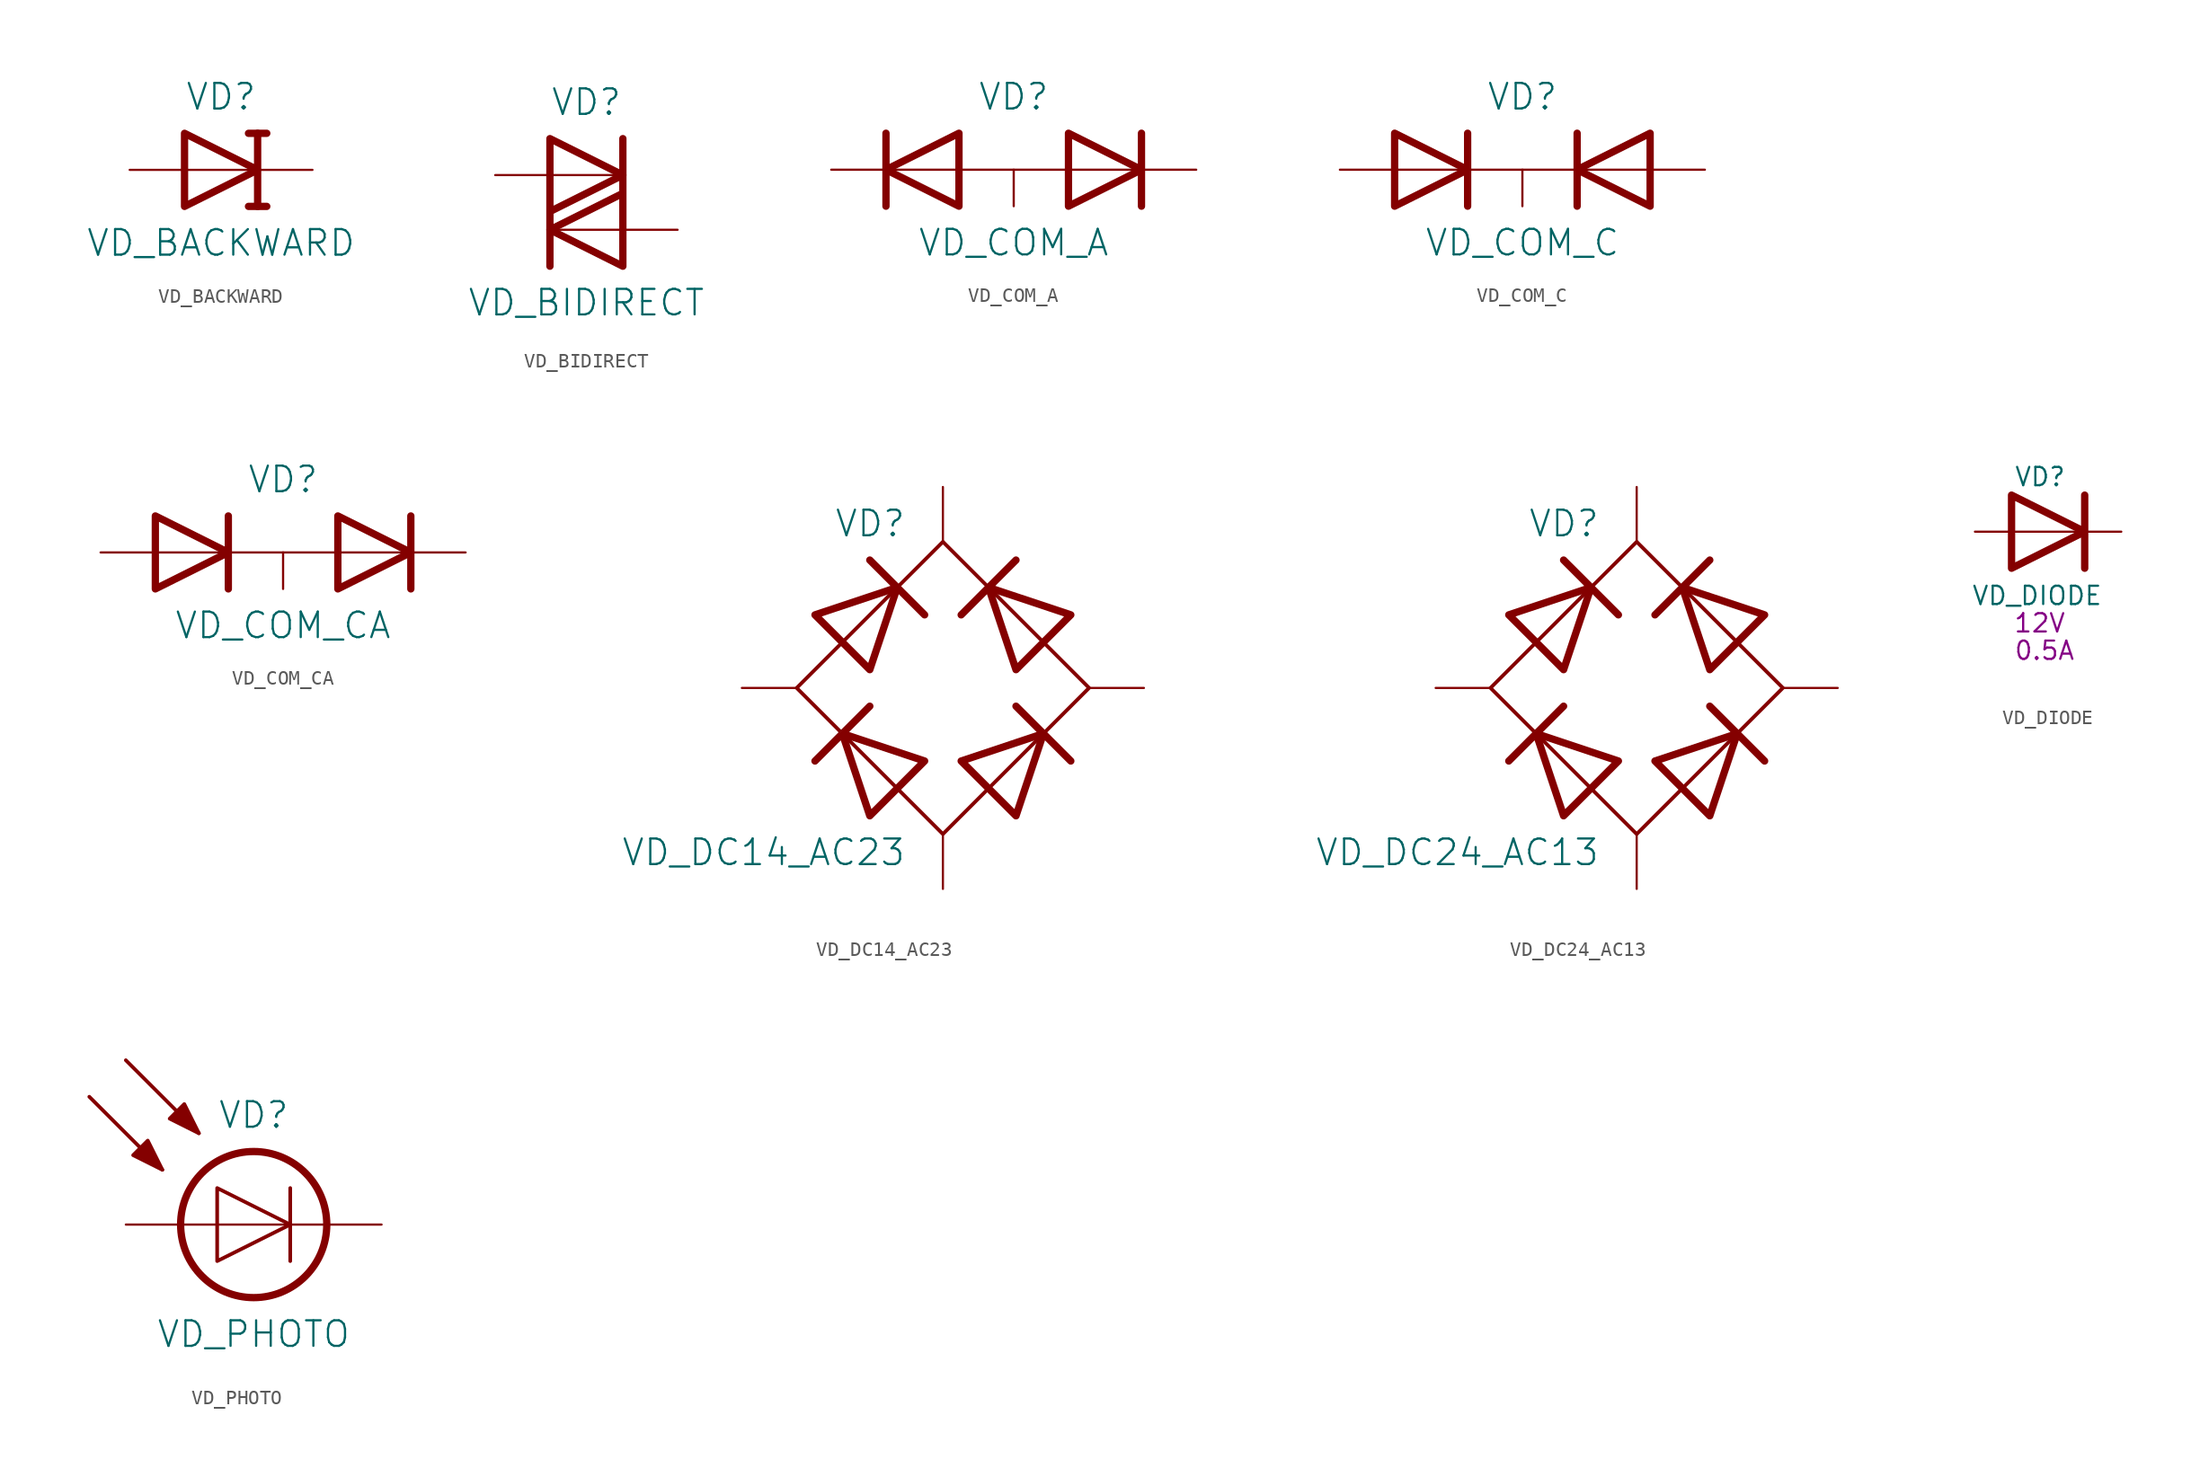
<source format=kicad_sym>
(kicad_symbol_lib
  (version 20211014)
  (generator kicad_symbol_editor)
  (symbol "VD_BACKWARD"
    (pin_names
      (offset 0))
    (property "Reference" "VD"
      (at 0 5.08 0)
      (effects (font (size 1.778 1.778))))
    (property "Value" "VD_BACKWARD"
      (at 0 -5.08 0)
      (effects (font (size 1.778 1.778))))
    (symbol "VD_BACKWARD_0_1"
      (polyline (pts (xy 1.905 -2.54) (xy 3.175 -2.54)) (stroke (width 0.508) (type default) (color 0 0 0 0)) (fill (type none)))
      (polyline (pts (xy 1.905 2.54) (xy 3.175 2.54)) (stroke (width 0.508) (type default) (color 0 0 0 0)) (fill (type none)))
      (polyline (pts (xy 6.35 0) (xy -6.35 0)) (stroke (width 0) (type default) (color 0 0 0 0)) (fill (type none)))
      (polyline (pts (xy 2.54 2.54) (xy 2.54 0) (xy -2.54 2.54) (xy -2.54 -2.54) (xy 2.54 0) (xy 2.54 -2.54)) (stroke (width 0.508) (type default) (color 0 0 0 0)) (fill (type none))))
    (symbol "VD_BACKWARD_1_1"
      (pin passive line (at -6.35 0 0) (length 2.54) hide (name "A" (effects (font (size 1.27 1.27)))) (number "1" (effects (font (size 1.27 1.27)))))
      (pin passive line (at 6.35 0 180) (length 2.54) hide (name "C" (effects (font (size 1.27 1.27)))) (number "2" (effects (font (size 1.27 1.27)))))))
  (symbol "VD_BIDIRECT"
    (pin_names
      (offset 0))
    (property "Reference" "VD"
      (at 0 7.62 0)
      (effects (font (size 1.778 1.778))))
    (property "Value" "VD_BIDIRECT"
      (at 0 -6.35 0)
      (effects (font (size 1.778 1.778))))
    (symbol "VD_BIDIRECT_0_0"
      (polyline (pts (xy 2.54 2.54) (xy -6.35 2.54)) (stroke (width 0) (type default) (color 0 0 0 0)) (fill (type none)))
      (polyline (pts (xy 6.35 -1.27) (xy -2.54 -1.27)) (stroke (width 0) (type default) (color 0 0 0 0)) (fill (type none))))
    (symbol "VD_BIDIRECT_0_1"
      (polyline (pts (xy -2.54 -3.81) (xy -2.54 5.08) (xy 2.54 2.54) (xy -2.54 0)) (stroke (width 0.508) (type default) (color 0 0 0 0)) (fill (type none)))
      (polyline (pts (xy 2.54 5.08) (xy 2.54 -3.81) (xy -2.54 -1.27) (xy 2.54 1.27)) (stroke (width 0.508) (type default) (color 0 0 0 0)) (fill (type none))))
    (symbol "VD_BIDIRECT_1_1"
      (pin passive line (at -6.35 2.54 0) (length 2.54) hide (name "~" (effects (font (size 1.27 1.27)))) (number "1" (effects (font (size 1.27 1.27)))))
      (pin passive line (at 6.35 -1.27 180) (length 2.54) hide (name "~" (effects (font (size 1.27 1.27)))) (number "2" (effects (font (size 1.27 1.27)))))))
  (symbol "VD_COM_A"
    (pin_names
      (offset 0))
    (property "Reference" "VD"
      (at 0 5.08 0)
      (effects (font (size 1.778 1.778))))
    (property "Value" "VD_COM_A"
      (at 0 -5.08 0)
      (effects (font (size 1.778 1.778))))
    (symbol "VD_COM_A_0_1"
      (polyline (pts (xy -8.89 2.54) (xy -8.89 -2.54)) (stroke (width 0.508) (type default) (color 0 0 0 0)) (fill (type none)))
      (polyline (pts (xy 0 0) (xy 0 -2.54)) (stroke (width 0) (type default) (color 0 0 0 0)) (fill (type none)))
      (polyline (pts (xy 8.89 2.54) (xy 8.89 -2.54)) (stroke (width 0.508) (type default) (color 0 0 0 0)) (fill (type none)))
      (polyline (pts (xy 12.7 0) (xy -12.7 0)) (stroke (width 0) (type default) (color 0 0 0 0)) (fill (type none)))
      (polyline (pts (xy -3.81 2.54) (xy -8.89 0) (xy -3.81 -2.54) (xy -3.81 2.54)) (stroke (width 0.508) (type default) (color 0 0 0 0)) (fill (type none)))
      (polyline (pts (xy 3.81 2.54) (xy 8.89 0) (xy 3.81 -2.54) (xy 3.81 2.54)) (stroke (width 0.508) (type default) (color 0 0 0 0)) (fill (type none))))
    (symbol "VD_COM_A_1_1"
      (pin passive line (at -12.7 0 0) (length 2.54) hide (name "C" (effects (font (size 1.27 1.27)))) (number "1" (effects (font (size 1.27 1.27)))))
      (pin passive line (at 0 -2.54 90) (length 2.54) hide (name "A" (effects (font (size 1.27 1.27)))) (number "2" (effects (font (size 1.27 1.27)))))
      (pin passive line (at 12.7 0 180) (length 2.54) hide (name "C" (effects (font (size 1.27 1.27)))) (number "3" (effects (font (size 1.27 1.27)))))))
  (symbol "VD_COM_C"
    (pin_names
      (offset 0))
    (property "Reference" "VD"
      (at 0 5.08 0)
      (effects (font (size 1.778 1.778))))
    (property "Value" "VD_COM_C"
      (at 0 -5.08 0)
      (effects (font (size 1.778 1.778))))
    (symbol "VD_COM_C_0_1"
      (polyline (pts (xy -3.81 2.54) (xy -3.81 -2.54)) (stroke (width 0.508) (type default) (color 0 0 0 0)) (fill (type none)))
      (polyline (pts (xy 0 0) (xy 0 -2.54)) (stroke (width 0) (type default) (color 0 0 0 0)) (fill (type none)))
      (polyline (pts (xy 3.81 2.54) (xy 3.81 -2.54)) (stroke (width 0.508) (type default) (color 0 0 0 0)) (fill (type none)))
      (polyline (pts (xy 12.7 0) (xy -12.7 0)) (stroke (width 0) (type default) (color 0 0 0 0)) (fill (type none)))
      (polyline (pts (xy -8.89 2.54) (xy -8.89 -2.54) (xy -3.81 0) (xy -8.89 2.54)) (stroke (width 0.508) (type default) (color 0 0 0 0)) (fill (type none)))
      (polyline (pts (xy 8.89 2.54) (xy 8.89 -2.54) (xy 3.81 0) (xy 8.89 2.54)) (stroke (width 0.508) (type default) (color 0 0 0 0)) (fill (type none))))
    (symbol "VD_COM_C_1_1"
      (pin passive line (at -12.7 0 0) (length 2.54) hide (name "A" (effects (font (size 1.27 1.27)))) (number "1" (effects (font (size 1.27 1.27)))))
      (pin passive line (at 0 -2.54 90) (length 2.54) hide (name "C" (effects (font (size 1.27 1.27)))) (number "2" (effects (font (size 1.27 1.27)))))
      (pin passive line (at 12.7 0 180) (length 2.54) hide (name "A" (effects (font (size 1.27 1.27)))) (number "3" (effects (font (size 1.27 1.27)))))))
  (symbol "VD_COM_CA"
    (pin_names
      (offset 0))
    (property "Reference" "VD"
      (at 0 5.08 0)
      (effects (font (size 1.778 1.778))))
    (property "Value" "VD_COM_CA"
      (at 0 -5.08 0)
      (effects (font (size 1.778 1.778))))
    (symbol "VD_COM_CA_0_1"
      (polyline (pts (xy -3.81 2.54) (xy -3.81 -2.54)) (stroke (width 0.508) (type default) (color 0 0 0 0)) (fill (type none)))
      (polyline (pts (xy 0 0) (xy 0 -2.54)) (stroke (width 0) (type default) (color 0 0 0 0)) (fill (type none)))
      (polyline (pts (xy 8.89 2.54) (xy 8.89 -2.54)) (stroke (width 0.508) (type default) (color 0 0 0 0)) (fill (type none)))
      (polyline (pts (xy 12.7 0) (xy -12.7 0)) (stroke (width 0) (type default) (color 0 0 0 0)) (fill (type none)))
      (polyline (pts (xy -8.89 2.54) (xy -8.89 -2.54) (xy -3.81 0) (xy -8.89 2.54)) (stroke (width 0.508) (type default) (color 0 0 0 0)) (fill (type none)))
      (polyline (pts (xy 3.81 2.54) (xy 3.81 -2.54) (xy 8.89 0) (xy 3.81 2.54)) (stroke (width 0.508) (type default) (color 0 0 0 0)) (fill (type none))))
    (symbol "VD_COM_CA_1_1"
      (pin passive line (at -12.7 0 0) (length 2.54) hide (name "A" (effects (font (size 1.27 1.27)))) (number "1" (effects (font (size 1.27 1.27)))))
      (pin passive line (at 0 -2.54 90) (length 2.54) hide (name "C" (effects (font (size 1.27 1.27)))) (number "2" (effects (font (size 1.27 1.27)))))
      (pin passive line (at 12.7 0 180) (length 2.54) hide (name "A" (effects (font (size 1.27 1.27)))) (number "3" (effects (font (size 1.27 1.27)))))))
  (symbol "VD_DC14_AC23"
    (pin_names
      (offset 0))
    (property "Reference" "VD"
      (at -2.54 11.43 0)
      (effects (font (size 1.778 1.778)) (justify right)))
    (property "Value" "VD_DC14_AC23"
      (at -2.54 -11.43 0)
      (effects (font (size 1.778 1.778)) (justify right)))
    (symbol "VD_DC14_AC23_0_1"
      (polyline (pts (xy -13.97 0) (xy -10.16 0)) (stroke (width 0) (type default) (color 0 0 0 0)) (fill (type none)))
      (polyline (pts (xy 0 -10.16) (xy 0 -13.97)) (stroke (width 0) (type default) (color 0 0 0 0)) (fill (type none)))
      (polyline (pts (xy 0 13.97) (xy 0 10.16)) (stroke (width 0) (type default) (color 0 0 0 0)) (fill (type none)))
      (polyline (pts (xy 10.16 0) (xy 13.97 0)) (stroke (width 0) (type default) (color 0 0 0 0)) (fill (type none)))
      (polyline (pts (xy -10.16 0) (xy 0 10.16) (xy 10.16 0) (xy 0 -10.16) (xy -10.16 0)) (stroke (width 0.254) (type default) (color 0 0 0 0)) (fill (type none)))
      (polyline (pts (xy -5.08 -1.27) (xy -6.985 -3.175) (xy -1.27 -5.08) (xy -5.08 -8.89) (xy -6.985 -3.175) (xy -8.89 -5.08)) (stroke (width 0.508) (type default) (color 0 0 0 0)) (fill (type none)))
      (polyline (pts (xy -5.08 8.89) (xy -3.175 6.985) (xy -8.89 5.08) (xy -5.08 1.27) (xy -3.175 6.985) (xy -1.27 5.08)) (stroke (width 0.508) (type default) (color 0 0 0 0)) (fill (type none)))
      (polyline (pts (xy 5.08 -1.27) (xy 6.985 -3.175) (xy 1.27 -5.08) (xy 5.08 -8.89) (xy 6.985 -3.175) (xy 8.89 -5.08)) (stroke (width 0.508) (type default) (color 0 0 0 0)) (fill (type none)))
      (polyline (pts (xy 5.08 8.89) (xy 3.175 6.985) (xy 8.89 5.08) (xy 5.08 1.27) (xy 3.175 6.985) (xy 1.27 5.08)) (stroke (width 0.508) (type default) (color 0 0 0 0)) (fill (type none))))
    (symbol "VD_DC14_AC23_1_1"
      (pin passive line (at 0 13.97 270) (length 2.54) hide (name "+" (effects (font (size 1.27 1.27)))) (number "1" (effects (font (size 1.27 1.27)))))
      (pin passive line (at -13.97 0 0) (length 2.54) hide (name "AC" (effects (font (size 1.27 1.27)))) (number "2" (effects (font (size 1.27 1.27)))))
      (pin passive line (at 13.97 0 180) (length 2.54) hide (name "AC" (effects (font (size 1.27 1.27)))) (number "3" (effects (font (size 1.27 1.27)))))
      (pin passive line (at 0 -13.97 90) (length 2.54) hide (name "-" (effects (font (size 1.27 1.27)))) (number "4" (effects (font (size 1.27 1.27)))))))
  (symbol "VD_DC24_AC13"
    (pin_names
      (offset 0))
    (property "Reference" "VD"
      (at -2.54 11.43 0)
      (effects (font (size 1.778 1.778)) (justify right)))
    (property "Value" "VD_DC24_AC13"
      (at -2.54 -11.43 0)
      (effects (font (size 1.778 1.778)) (justify right)))
    (symbol "VD_DC24_AC13_0_1"
      (polyline (pts (xy -13.97 0) (xy -10.16 0)) (stroke (width 0) (type default) (color 0 0 0 0)) (fill (type none)))
      (polyline (pts (xy 0 -10.16) (xy 0 -13.97)) (stroke (width 0) (type default) (color 0 0 0 0)) (fill (type none)))
      (polyline (pts (xy 0 13.97) (xy 0 10.16)) (stroke (width 0) (type default) (color 0 0 0 0)) (fill (type none)))
      (polyline (pts (xy 10.16 0) (xy 13.97 0)) (stroke (width 0) (type default) (color 0 0 0 0)) (fill (type none)))
      (polyline (pts (xy -10.16 0) (xy 0 10.16) (xy 10.16 0) (xy 0 -10.16) (xy -10.16 0)) (stroke (width 0.254) (type default) (color 0 0 0 0)) (fill (type none)))
      (polyline (pts (xy -5.08 -1.27) (xy -6.985 -3.175) (xy -1.27 -5.08) (xy -5.08 -8.89) (xy -6.985 -3.175) (xy -8.89 -5.08)) (stroke (width 0.508) (type default) (color 0 0 0 0)) (fill (type none)))
      (polyline (pts (xy -5.08 8.89) (xy -3.175 6.985) (xy -8.89 5.08) (xy -5.08 1.27) (xy -3.175 6.985) (xy -1.27 5.08)) (stroke (width 0.508) (type default) (color 0 0 0 0)) (fill (type none)))
      (polyline (pts (xy 5.08 -1.27) (xy 6.985 -3.175) (xy 1.27 -5.08) (xy 5.08 -8.89) (xy 6.985 -3.175) (xy 8.89 -5.08)) (stroke (width 0.508) (type default) (color 0 0 0 0)) (fill (type none)))
      (polyline (pts (xy 5.08 8.89) (xy 3.175 6.985) (xy 8.89 5.08) (xy 5.08 1.27) (xy 3.175 6.985) (xy 1.27 5.08)) (stroke (width 0.508) (type default) (color 0 0 0 0)) (fill (type none))))
    (symbol "VD_DC24_AC13_1_1"
      (pin passive line (at -13.97 0 0) (length 2.54) hide (name "AC" (effects (font (size 1.27 1.27)))) (number "1" (effects (font (size 1.27 1.27)))))
      (pin passive line (at 0 13.97 270) (length 2.54) hide (name "+" (effects (font (size 1.27 1.27)))) (number "2" (effects (font (size 1.27 1.27)))))
      (pin passive line (at 13.97 0 180) (length 2.54) hide (name "AC" (effects (font (size 1.27 1.27)))) (number "3" (effects (font (size 1.27 1.27)))))
      (pin passive line (at 0 -13.97 90) (length 2.54) hide (name "-" (effects (font (size 1.27 1.27)))) (number "4" (effects (font (size 1.27 1.27)))))))
  (symbol "VD_DIODE"
    (pin_names
      (offset 0))
    (property "Reference" "VD"
      (at 1.27 3.81 0)
      (effects (font (size 1.27 1.27)) (justify right)))
    (property "Value" "VD_DIODE"
      (at 3.81 -4.445 0)
      (effects (font (size 1.27 1.27)) (justify right)))
    (property "Voltage" "12V"
      (at 1.27 -6.35 0)
      (effects (font (size 1.27 1.27)) (justify right)))
    (property "Current" "0.5A"
      (at 1.905 -8.255 0)
      (effects (font (size 1.27 1.27)) (justify right)))
    (property "MPN" ""
      (at 0 0 0)
      (effects (font (size 1.27 1.27)) (justify right)))
    (property "Assembly" ""
      (at 0 -10.16 0)
      (effects (font (size 1.27 1.27)) (justify right)))
    (symbol "VD_DIODE_0_1"
      (polyline (pts (xy 5.08 0) (xy -5.08 0)) (stroke (width 0) (type default) (color 0 0 0 0)) (fill (type none)))
      (polyline (pts (xy 2.54 2.54) (xy 2.54 0) (xy -2.54 2.54) (xy -2.54 -2.54) (xy 2.54 0) (xy 2.54 -2.54)) (stroke (width 0.508) (type default) (color 0 0 0 0)) (fill (type none))))
    (symbol "VD_DIODE_1_1"
      (pin passive line (at -5.08 0 0) (length 2.54) hide (name "A" (effects (font (size 1.27 1.27)))) (number "1" (effects (font (size 1.27 1.27)))))
      (pin passive line (at 5.08 0 180) (length 2.54) hide (name "K" (effects (font (size 1.27 1.27)))) (number "2" (effects (font (size 1.27 1.27)))))))
  (symbol "VD_PHOTO"
    (pin_names
      (offset 0))
    (property "Reference" "VD"
      (at 0 7.62 0)
      (effects (font (size 1.778 1.778))))
    (property "Value" "VD_PHOTO"
      (at 0 -7.62 0)
      (effects (font (size 1.778 1.778))))
    (symbol "VD_PHOTO_0_1"
      (polyline (pts (xy -11.43 8.89) (xy -6.35 3.81)) (stroke (width 0.254) (type default) (color 0 0 0 0)) (fill (type none)))
      (polyline (pts (xy -8.89 11.43) (xy -3.81 6.35)) (stroke (width 0.254) (type default) (color 0 0 0 0)) (fill (type none)))
      (polyline (pts (xy 8.89 0) (xy -8.89 0)) (stroke (width 0) (type default) (color 0 0 0 0)) (fill (type none)))
      (polyline (pts (xy -6.35 3.81) (xy -8.382 4.826) (xy -7.366 5.842) (xy -6.35 3.81)) (stroke (width 0.254) (type default) (color 0 0 0 0)) (fill (type outline)))
      (polyline (pts (xy -3.81 6.35) (xy -5.842 7.366) (xy -4.826 8.382) (xy -3.81 6.35)) (stroke (width 0.254) (type default) (color 0 0 0 0)) (fill (type outline)))
      (polyline (pts (xy 2.54 2.54) (xy 2.54 0) (xy -2.54 2.54) (xy -2.54 -2.54) (xy 2.54 0) (xy 2.54 -2.54)) (stroke (width 0.254) (type default) (color 0 0 0 0)) (fill (type none)))
      (circle (center 0 0) (radius 5.08) (stroke (width 0.508) (type default) (color 0 0 0 0)) (fill (type none))))
    (symbol "VD_PHOTO_1_1"
      (pin passive line (at -8.89 0 0) (length 2.54) hide (name "A" (effects (font (size 1.27 1.27)))) (number "1" (effects (font (size 1.27 1.27)))))
      (pin passive line (at 8.89 0 180) (length 2.54) hide (name "C" (effects (font (size 1.27 1.27)))) (number "2" (effects (font (size 1.27 1.27))))))))
</source>
